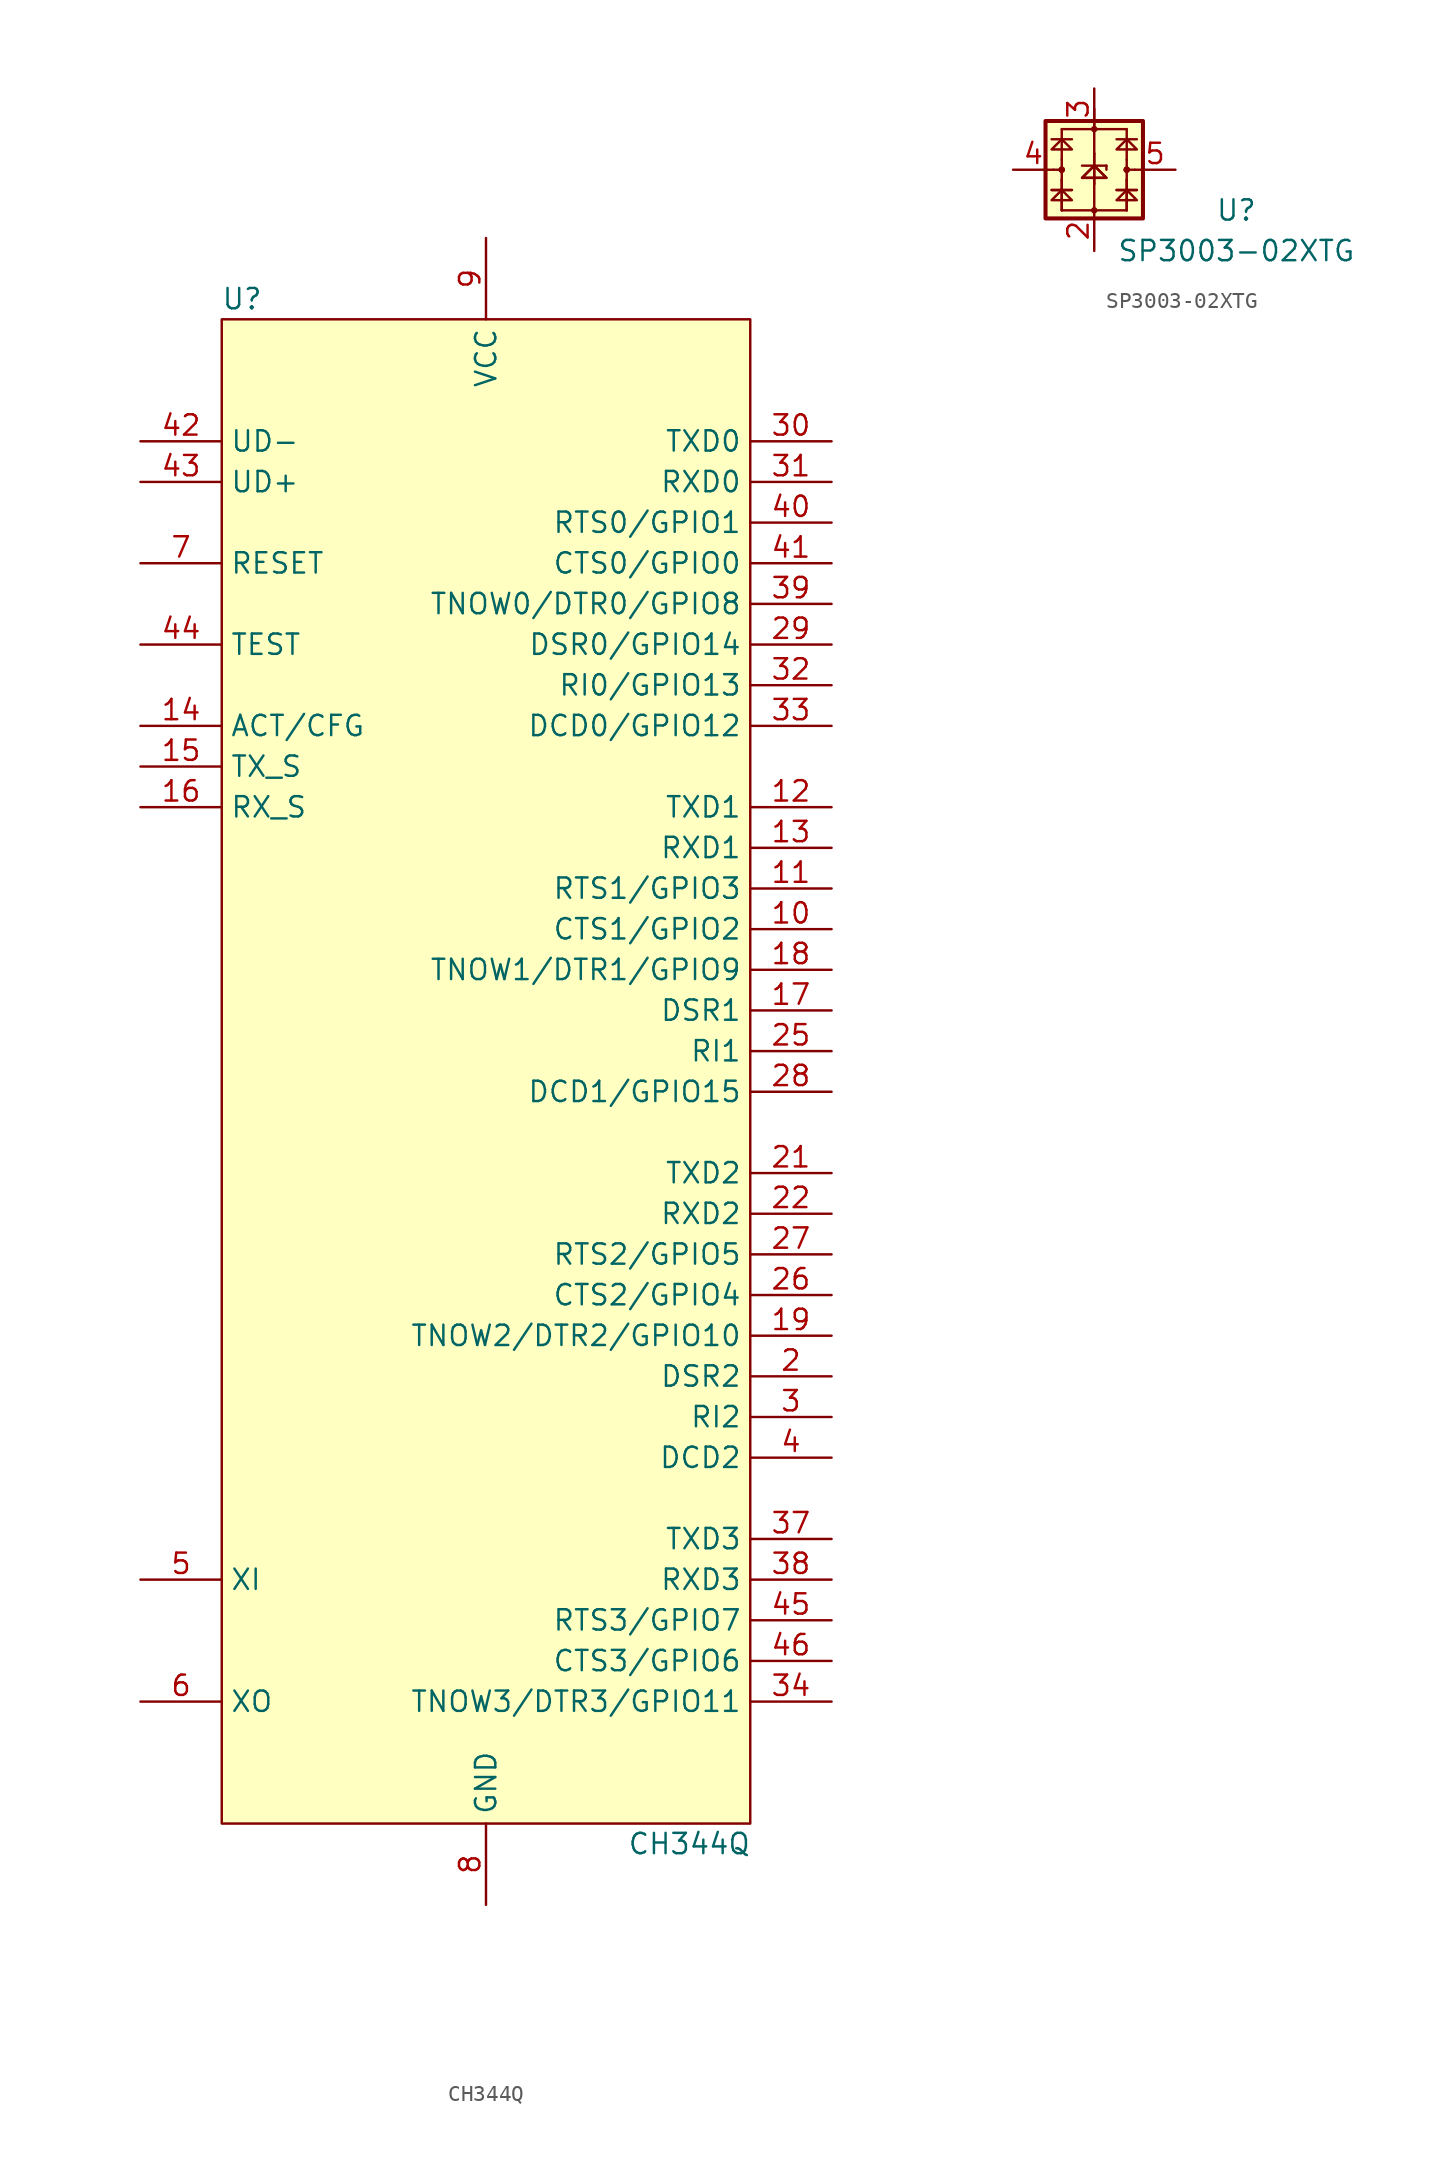
<source format=kicad_sym>
(kicad_symbol_lib
  (version 20211014)
  (generator kicad_symbol_editor)
  (symbol "CH344Q"
    (property "Reference" "U"
      (at -15.24 52.07 0)
      (effects (font (size 1.27 1.27))))
    (property "Value" "CH344Q"
      (at 12.7 -44.45 0)
      (effects (font (size 1.27 1.27))))
    (symbol "CH344Q_0_1"
      (rectangle (start -16.51 50.8) (end 16.51 -43.18) (stroke (width 0.152) (type default) (color 0 0 0 0)) (fill (type background))))
    (symbol "CH344Q_1_1"
      (pin no_connect line (at -21.59 15.24 0) (length 5.08) hide (name "NC" (effects (font (size 1.27 1.27)))) (number "1" (effects (font (size 1.27 1.27)))))
      (pin bidirectional line (at 21.59 12.7 180) (length 5.08) (name "CTS1/GPIO2" (effects (font (size 1.27 1.27)))) (number "10" (effects (font (size 1.27 1.27)))))
      (pin bidirectional line (at 21.59 15.24 180) (length 5.08) (name "RTS1/GPIO3" (effects (font (size 1.27 1.27)))) (number "11" (effects (font (size 1.27 1.27)))))
      (pin output line (at 21.59 20.32 180) (length 5.08) (name "TXD1" (effects (font (size 1.27 1.27)))) (number "12" (effects (font (size 1.27 1.27)))))
      (pin input line (at 21.59 17.78 180) (length 5.08) (name "RXD1" (effects (font (size 1.27 1.27)))) (number "13" (effects (font (size 1.27 1.27)))))
      (pin bidirectional line (at -21.59 25.4 0) (length 5.08) (name "ACT/CFG" (effects (font (size 1.27 1.27)))) (number "14" (effects (font (size 1.27 1.27)))))
      (pin output line (at -21.59 22.86 0) (length 5.08) (name "TX_S" (effects (font (size 1.27 1.27)))) (number "15" (effects (font (size 1.27 1.27)))))
      (pin output line (at -21.59 20.32 0) (length 5.08) (name "RX_S" (effects (font (size 1.27 1.27)))) (number "16" (effects (font (size 1.27 1.27)))))
      (pin input line (at 21.59 7.62 180) (length 5.08) (name "DSR1" (effects (font (size 1.27 1.27)))) (number "17" (effects (font (size 1.27 1.27)))))
      (pin bidirectional line (at 21.59 10.16 180) (length 5.08) (name "TNOW1/DTR1/GPIO9" (effects (font (size 1.27 1.27)))) (number "18" (effects (font (size 1.27 1.27)))))
      (pin bidirectional line (at 21.59 -12.7 180) (length 5.08) (name "TNOW2/DTR2/GPIO10" (effects (font (size 1.27 1.27)))) (number "19" (effects (font (size 1.27 1.27)))))
      (pin input line (at 21.59 -15.24 180) (length 5.08) (name "DSR2" (effects (font (size 1.27 1.27)))) (number "2" (effects (font (size 1.27 1.27)))))
      (pin power_in line (at 0 -48.26 90) (length 5.08) hide (name "GND" (effects (font (size 1.27 1.27)))) (number "20" (effects (font (size 1.27 1.27)))))
      (pin output line (at 21.59 -2.54 180) (length 5.08) (name "TXD2" (effects (font (size 1.27 1.27)))) (number "21" (effects (font (size 1.27 1.27)))))
      (pin input line (at 21.59 -5.08 180) (length 5.08) (name "RXD2" (effects (font (size 1.27 1.27)))) (number "22" (effects (font (size 1.27 1.27)))))
      (pin power_in line (at 0 -48.26 90) (length 5.08) hide (name "GND" (effects (font (size 1.27 1.27)))) (number "23" (effects (font (size 1.27 1.27)))))
      (pin power_in line (at 0 55.88 270) (length 5.08) hide (name "VCC" (effects (font (size 1.27 1.27)))) (number "24" (effects (font (size 1.27 1.27)))))
      (pin input line (at 21.59 5.08 180) (length 5.08) (name "RI1" (effects (font (size 1.27 1.27)))) (number "25" (effects (font (size 1.27 1.27)))))
      (pin bidirectional line (at 21.59 -10.16 180) (length 5.08) (name "CTS2/GPIO4" (effects (font (size 1.27 1.27)))) (number "26" (effects (font (size 1.27 1.27)))))
      (pin bidirectional line (at 21.59 -7.62 180) (length 5.08) (name "RTS2/GPIO5" (effects (font (size 1.27 1.27)))) (number "27" (effects (font (size 1.27 1.27)))))
      (pin bidirectional line (at 21.59 2.54 180) (length 5.08) (name "DCD1/GPIO15" (effects (font (size 1.27 1.27)))) (number "28" (effects (font (size 1.27 1.27)))))
      (pin bidirectional line (at 21.59 30.48 180) (length 5.08) (name "DSR0/GPIO14" (effects (font (size 1.27 1.27)))) (number "29" (effects (font (size 1.27 1.27)))))
      (pin input line (at 21.59 -17.78 180) (length 5.08) (name "RI2" (effects (font (size 1.27 1.27)))) (number "3" (effects (font (size 1.27 1.27)))))
      (pin output line (at 21.59 43.18 180) (length 5.08) (name "TXD0" (effects (font (size 1.27 1.27)))) (number "30" (effects (font (size 1.27 1.27)))))
      (pin input line (at 21.59 40.64 180) (length 5.08) (name "RXD0" (effects (font (size 1.27 1.27)))) (number "31" (effects (font (size 1.27 1.27)))))
      (pin bidirectional line (at 21.59 27.94 180) (length 5.08) (name "RI0/GPIO13" (effects (font (size 1.27 1.27)))) (number "32" (effects (font (size 1.27 1.27)))))
      (pin bidirectional line (at 21.59 25.4 180) (length 5.08) (name "DCD0/GPIO12" (effects (font (size 1.27 1.27)))) (number "33" (effects (font (size 1.27 1.27)))))
      (pin bidirectional line (at 21.59 -35.56 180) (length 5.08) (name "TNOW3/DTR3/GPIO11" (effects (font (size 1.27 1.27)))) (number "34" (effects (font (size 1.27 1.27)))))
      (pin power_in line (at 0 -48.26 90) (length 5.08) hide (name "GND" (effects (font (size 1.27 1.27)))) (number "35" (effects (font (size 1.27 1.27)))))
      (pin power_in line (at 0 55.88 270) (length 5.08) hide (name "VCC" (effects (font (size 1.27 1.27)))) (number "36" (effects (font (size 1.27 1.27)))))
      (pin output line (at 21.59 -25.4 180) (length 5.08) (name "TXD3" (effects (font (size 1.27 1.27)))) (number "37" (effects (font (size 1.27 1.27)))))
      (pin input line (at 21.59 -27.94 180) (length 5.08) (name "RXD3" (effects (font (size 1.27 1.27)))) (number "38" (effects (font (size 1.27 1.27)))))
      (pin bidirectional line (at 21.59 33.02 180) (length 5.08) (name "TNOW0/DTR0/GPIO8" (effects (font (size 1.27 1.27)))) (number "39" (effects (font (size 1.27 1.27)))))
      (pin input line (at 21.59 -20.32 180) (length 5.08) (name "DCD2" (effects (font (size 1.27 1.27)))) (number "4" (effects (font (size 1.27 1.27)))))
      (pin bidirectional line (at 21.59 38.1 180) (length 5.08) (name "RTS0/GPIO1" (effects (font (size 1.27 1.27)))) (number "40" (effects (font (size 1.27 1.27)))))
      (pin bidirectional line (at 21.59 35.56 180) (length 5.08) (name "CTS0/GPIO0" (effects (font (size 1.27 1.27)))) (number "41" (effects (font (size 1.27 1.27)))))
      (pin bidirectional line (at -21.59 43.18 0) (length 5.08) (name "UD-" (effects (font (size 1.27 1.27)))) (number "42" (effects (font (size 1.27 1.27)))))
      (pin bidirectional line (at -21.59 40.64 0) (length 5.08) (name "UD+" (effects (font (size 1.27 1.27)))) (number "43" (effects (font (size 1.27 1.27)))))
      (pin bidirectional line (at -21.59 30.48 0) (length 5.08) (name "TEST" (effects (font (size 1.27 1.27)))) (number "44" (effects (font (size 1.27 1.27)))))
      (pin bidirectional line (at 21.59 -30.48 180) (length 5.08) (name "RTS3/GPIO7" (effects (font (size 1.27 1.27)))) (number "45" (effects (font (size 1.27 1.27)))))
      (pin bidirectional line (at 21.59 -33.02 180) (length 5.08) (name "CTS3/GPIO6" (effects (font (size 1.27 1.27)))) (number "46" (effects (font (size 1.27 1.27)))))
      (pin power_in line (at 0 -48.26 90) (length 5.08) hide (name "GND" (effects (font (size 1.27 1.27)))) (number "47" (effects (font (size 1.27 1.27)))))
      (pin power_in line (at 0 55.88 270) (length 5.08) hide (name "VCC" (effects (font (size 1.27 1.27)))) (number "48" (effects (font (size 1.27 1.27)))))
      (pin passive line (at -21.59 -27.94 0) (length 5.08) (name "XI" (effects (font (size 1.27 1.27)))) (number "5" (effects (font (size 1.27 1.27)))))
      (pin passive line (at -21.59 -35.56 0) (length 5.08) (name "XO" (effects (font (size 1.27 1.27)))) (number "6" (effects (font (size 1.27 1.27)))))
      (pin input line (at -21.59 35.56 0) (length 5.08) (name "RESET" (effects (font (size 1.27 1.27)))) (number "7" (effects (font (size 1.27 1.27)))))
      (pin power_in line (at 0 -48.26 90) (length 5.08) (name "GND" (effects (font (size 1.27 1.27)))) (number "8" (effects (font (size 1.27 1.27)))))
      (pin power_in line (at 0 55.88 270) (length 5.08) (name "VCC" (effects (font (size 1.27 1.27)))) (number "9" (effects (font (size 1.27 1.27)))))))
  (symbol "SP3003-02XTG"
    (property "Reference" "U"
      (at 8.89 -2.54 0)
      (effects (font (size 1.27 1.27))))
    (property "Value" "SP3003-02XTG"
      (at 8.89 -5.08 0)
      (effects (font (size 1.27 1.27))))
    (symbol "SP3003-02XTG_0_1"
      (rectangle (start -3.048 3.048) (end 3.048 -3.048) (stroke (width 0.254) (type default) (color 0 0 0 0)) (fill (type background)))
      (circle (center -2.032 0) (radius 0.127) (stroke (width 0) (type default) (color 0 0 0 0)) (fill (type none)))
      (circle (center -2.032 0) (radius 0.127) (stroke (width 0) (type default) (color 0 0 0 0)) (fill (type none)))
      (circle (center 0 -2.54) (radius 0.127) (stroke (width 0) (type default) (color 0 0 0 0)) (fill (type none)))
      (polyline (pts (xy -2.667 -1.27) (xy -1.397 -1.27)) (stroke (width 0) (type default) (color 0 0 0 0)) (fill (type none)))
      (polyline (pts (xy -2.667 -1.27) (xy -1.397 -1.27)) (stroke (width 0) (type default) (color 0 0 0 0)) (fill (type none)))
      (polyline (pts (xy -2.667 1.905) (xy -1.397 1.905)) (stroke (width 0) (type default) (color 0 0 0 0)) (fill (type none)))
      (polyline (pts (xy -2.54 0) (xy -2.032 0)) (stroke (width 0) (type default) (color 0 0 0 0)) (fill (type none)))
      (polyline (pts (xy -2.032 -2.54) (xy -2.032 -0.635)) (stroke (width 0) (type default) (color 0 0 0 0)) (fill (type none)))
      (polyline (pts (xy -2.032 -2.54) (xy -2.032 -0.635)) (stroke (width 0) (type default) (color 0 0 0 0)) (fill (type none)))
      (polyline (pts (xy -2.032 0.635) (xy -2.032 -0.635)) (stroke (width 0) (type default) (color 0 0 0 0)) (fill (type none)))
      (polyline (pts (xy -2.032 0.635) (xy -2.032 2.54)) (stroke (width 0) (type default) (color 0 0 0 0)) (fill (type none)))
      (polyline (pts (xy -2.032 2.54) (xy 2.032 2.54)) (stroke (width 0) (type default) (color 0 0 0 0)) (fill (type none)))
      (polyline (pts (xy -0.762 0.254) (xy 0.762 0.254)) (stroke (width 0) (type default) (color 0 0 0 0)) (fill (type none)))
      (polyline (pts (xy 0 -0.889) (xy 0 -2.54)) (stroke (width 0) (type default) (color 0 0 0 0)) (fill (type none)))
      (polyline (pts (xy 0 -0.889) (xy 0 1.016)) (stroke (width 0) (type default) (color 0 0 0 0)) (fill (type none)))
      (polyline (pts (xy 0 -0.889) (xy 0 1.016)) (stroke (width 0) (type default) (color 0 0 0 0)) (fill (type none)))
      (polyline (pts (xy 0 1.016) (xy 0 3.81)) (stroke (width 0) (type default) (color 0 0 0 0)) (fill (type none)))
      (polyline (pts (xy 0.762 0) (xy 0.762 0.254)) (stroke (width 0) (type default) (color 0 0 0 0)) (fill (type none)))
      (polyline (pts (xy 1.397 -1.27) (xy 2.667 -1.27)) (stroke (width 0) (type default) (color 0 0 0 0)) (fill (type none)))
      (polyline (pts (xy 1.397 -1.27) (xy 2.667 -1.27)) (stroke (width 0) (type default) (color 0 0 0 0)) (fill (type none)))
      (polyline (pts (xy 1.397 1.905) (xy 2.667 1.905)) (stroke (width 0) (type default) (color 0 0 0 0)) (fill (type none)))
      (polyline (pts (xy 2.032 -2.54) (xy -2.032 -2.54)) (stroke (width 0) (type default) (color 0 0 0 0)) (fill (type none)))
      (polyline (pts (xy 2.032 -2.54) (xy 2.032 -0.635)) (stroke (width 0) (type default) (color 0 0 0 0)) (fill (type none)))
      (polyline (pts (xy 2.032 -2.54) (xy 2.032 -0.635)) (stroke (width 0) (type default) (color 0 0 0 0)) (fill (type none)))
      (polyline (pts (xy 2.032 0) (xy 2.54 0)) (stroke (width 0) (type default) (color 0 0 0 0)) (fill (type none)))
      (polyline (pts (xy 2.032 0.635) (xy 2.032 -0.635)) (stroke (width 0) (type default) (color 0 0 0 0)) (fill (type none)))
      (polyline (pts (xy 2.032 0.635) (xy 2.032 2.54)) (stroke (width 0) (type default) (color 0 0 0 0)) (fill (type none)))
      (polyline (pts (xy -2.667 -1.905) (xy -1.397 -1.905) (xy -2.032 -1.27) (xy -2.667 -1.905)) (stroke (width 0) (type default) (color 0 0 0 0)) (fill (type none)))
      (polyline (pts (xy -2.667 1.27) (xy -1.397 1.27) (xy -2.032 1.905) (xy -2.667 1.27)) (stroke (width 0) (type default) (color 0 0 0 0)) (fill (type none)))
      (polyline (pts (xy -0.762 -0.508) (xy 0.762 -0.508) (xy 0 0.254) (xy -0.762 -0.508)) (stroke (width 0) (type default) (color 0 0 0 0)) (fill (type none)))
      (polyline (pts (xy -0.762 -0.508) (xy 0.762 -0.508) (xy 0 0.254) (xy -0.762 -0.508)) (stroke (width 0) (type default) (color 0 0 0 0)) (fill (type none)))
      (polyline (pts (xy 1.397 -1.905) (xy 2.667 -1.905) (xy 2.032 -1.27) (xy 1.397 -1.905)) (stroke (width 0) (type default) (color 0 0 0 0)) (fill (type none)))
      (polyline (pts (xy 1.397 1.27) (xy 2.667 1.27) (xy 2.032 1.905) (xy 1.397 1.27)) (stroke (width 0) (type default) (color 0 0 0 0)) (fill (type none)))
      (circle (center 0 2.54) (radius 0.127) (stroke (width 0) (type default) (color 0 0 0 0)) (fill (type none)))
      (circle (center 2.032 0) (radius 0.127) (stroke (width 0) (type default) (color 0 0 0 0)) (fill (type none)))
      (circle (center 2.032 0) (radius 0.127) (stroke (width 0) (type default) (color 0 0 0 0)) (fill (type none))))
    (symbol "SP3003-02XTG_1_1"
      (pin passive line (at 0 -5.08 90) (length 2.54) (name "~" (effects (font (size 1.27 1.27)))) (number "2" (effects (font (size 1.27 1.27)))))
      (pin passive line (at 0 5.08 270) (length 2.54) (name "~" (effects (font (size 1.27 1.27)))) (number "3" (effects (font (size 1.27 1.27)))))
      (pin passive line (at -5.08 0 0) (length 2.54) (name "~" (effects (font (size 1.27 1.27)))) (number "4" (effects (font (size 1.27 1.27)))))
      (pin passive line (at 5.08 0 180) (length 2.54) (name "~" (effects (font (size 1.27 1.27)))) (number "5" (effects (font (size 1.27 1.27))))))))
</source>
